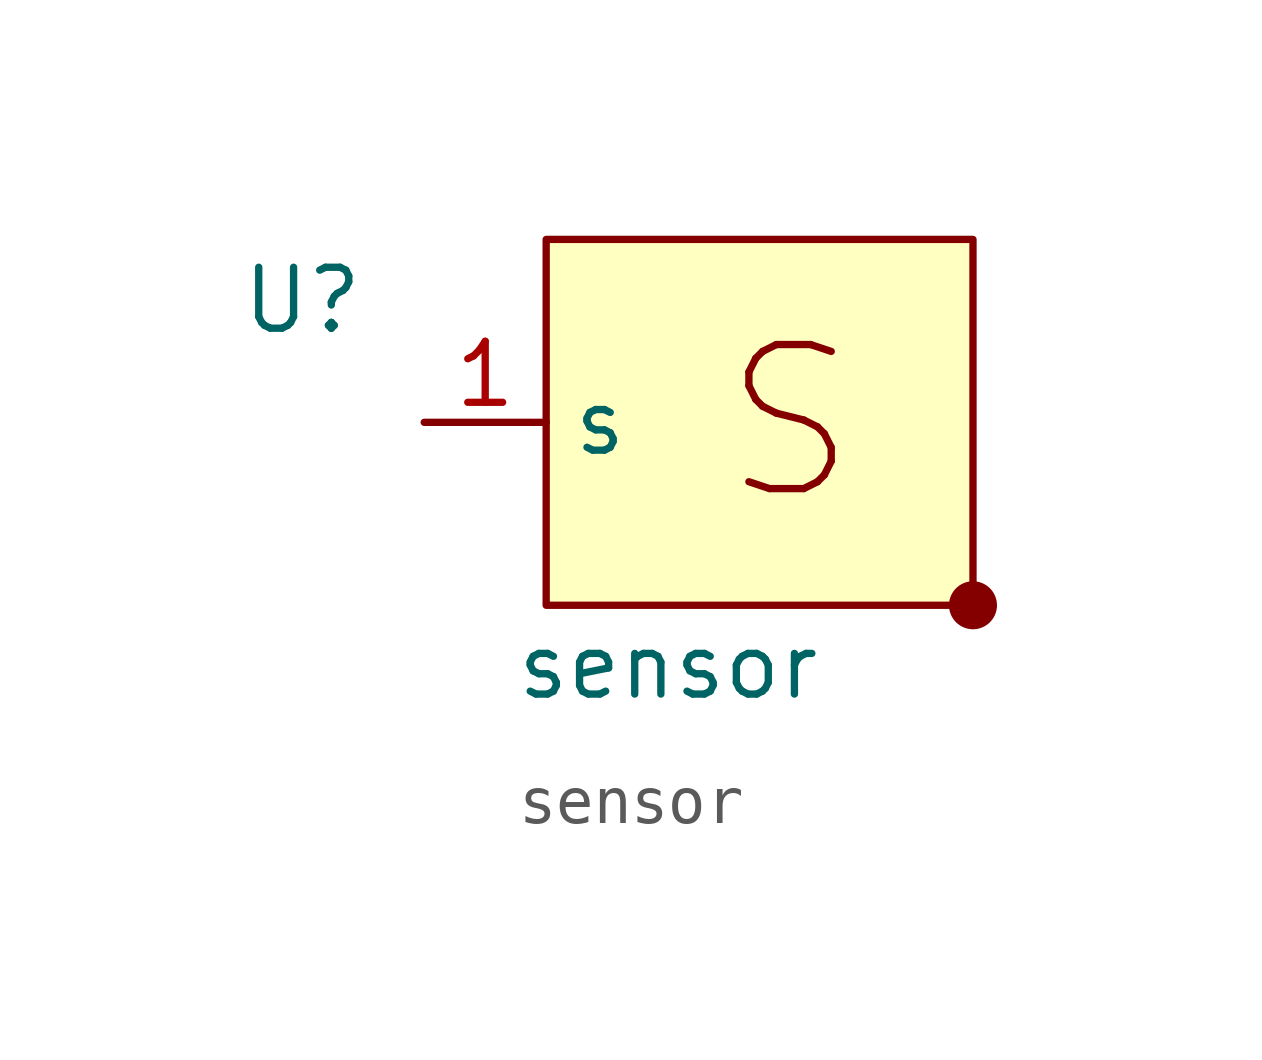
<source format=kicad_sym>
(kicad_symbol_lib
  (version 20211014)
  (generator kicad_symbol_editor)
  (symbol "sensor"
    (property "Reference" "U"
      (at -2.54 2.54 0)
      (effects (font (size 1.27 1.27))))
    (property "Value" "sensor"
      (at 5.08 -5.08 0)
      (effects (font (size 1.27 1.27))))
    (symbol "sensor_0_0"
      (text "S" (at 7.62 0 0) (effects (font (size 3 3)))))
    (symbol "sensor_0_1"
      (polyline (pts (xy 11.43 -3.81) (xy 11.43 -3.81)) (stroke (width 0) (type default) (color 0 0 0 0)) (fill (type none)))
      (rectangle (start 2.54 3.81) (end 11.43 -3.81) (stroke (width 0) (type default) (color 0 0 0 0)) (fill (type background)))
      (rectangle (start 11.43 -3.81) (end 11.43 -3.81) (stroke (width 0) (type default) (color 0 0 0 0)) (fill (type none)))
      (rectangle (start 11.43 -3.81) (end 11.43 -3.81) (stroke (width 0) (type default) (color 0 0 0 0)) (fill (type none)))
      (rectangle (start 11.43 -3.81) (end 11.43 -3.81) (stroke (width 0) (type default) (color 0 0 0 0)) (fill (type none)))
      (rectangle (start 11.43 -3.81) (end 11.43 -3.81) (stroke (width 0) (type default) (color 0 0 0 0)) (fill (type none)))
      (rectangle (start 11.43 -3.81) (end 11.43 -3.81) (stroke (width 0) (type default) (color 0 0 0 0)) (fill (type none)))
      (rectangle (start 11.43 -3.81) (end 11.43 -3.81) (stroke (width 0) (type default) (color 0 0 0 0)) (fill (type none)))
      (rectangle (start 11.43 -3.81) (end 11.43 -3.81) (stroke (width 0) (type default) (color 0 0 0 0)) (fill (type none)))
      (rectangle (start 11.43 -3.81) (end 11.43 -3.81) (stroke (width 0) (type default) (color 0 0 0 0)) (fill (type none)))
      (rectangle (start 11.43 -3.81) (end 11.43 -3.81) (stroke (width 0) (type default) (color 0 0 0 0)) (fill (type none)))
      (rectangle (start 11.43 -3.81) (end 11.43 -3.81) (stroke (width 1) (type default) (color 0 0 0 0)) (fill (type background))))
    (symbol "sensor_1_1"
      (pin input line (at 0 0 0) (length 2.54) (name "s" (effects (font (size 1.27 1.27)))) (number "1" (effects (font (size 1.27 1.27))))))))
</source>
